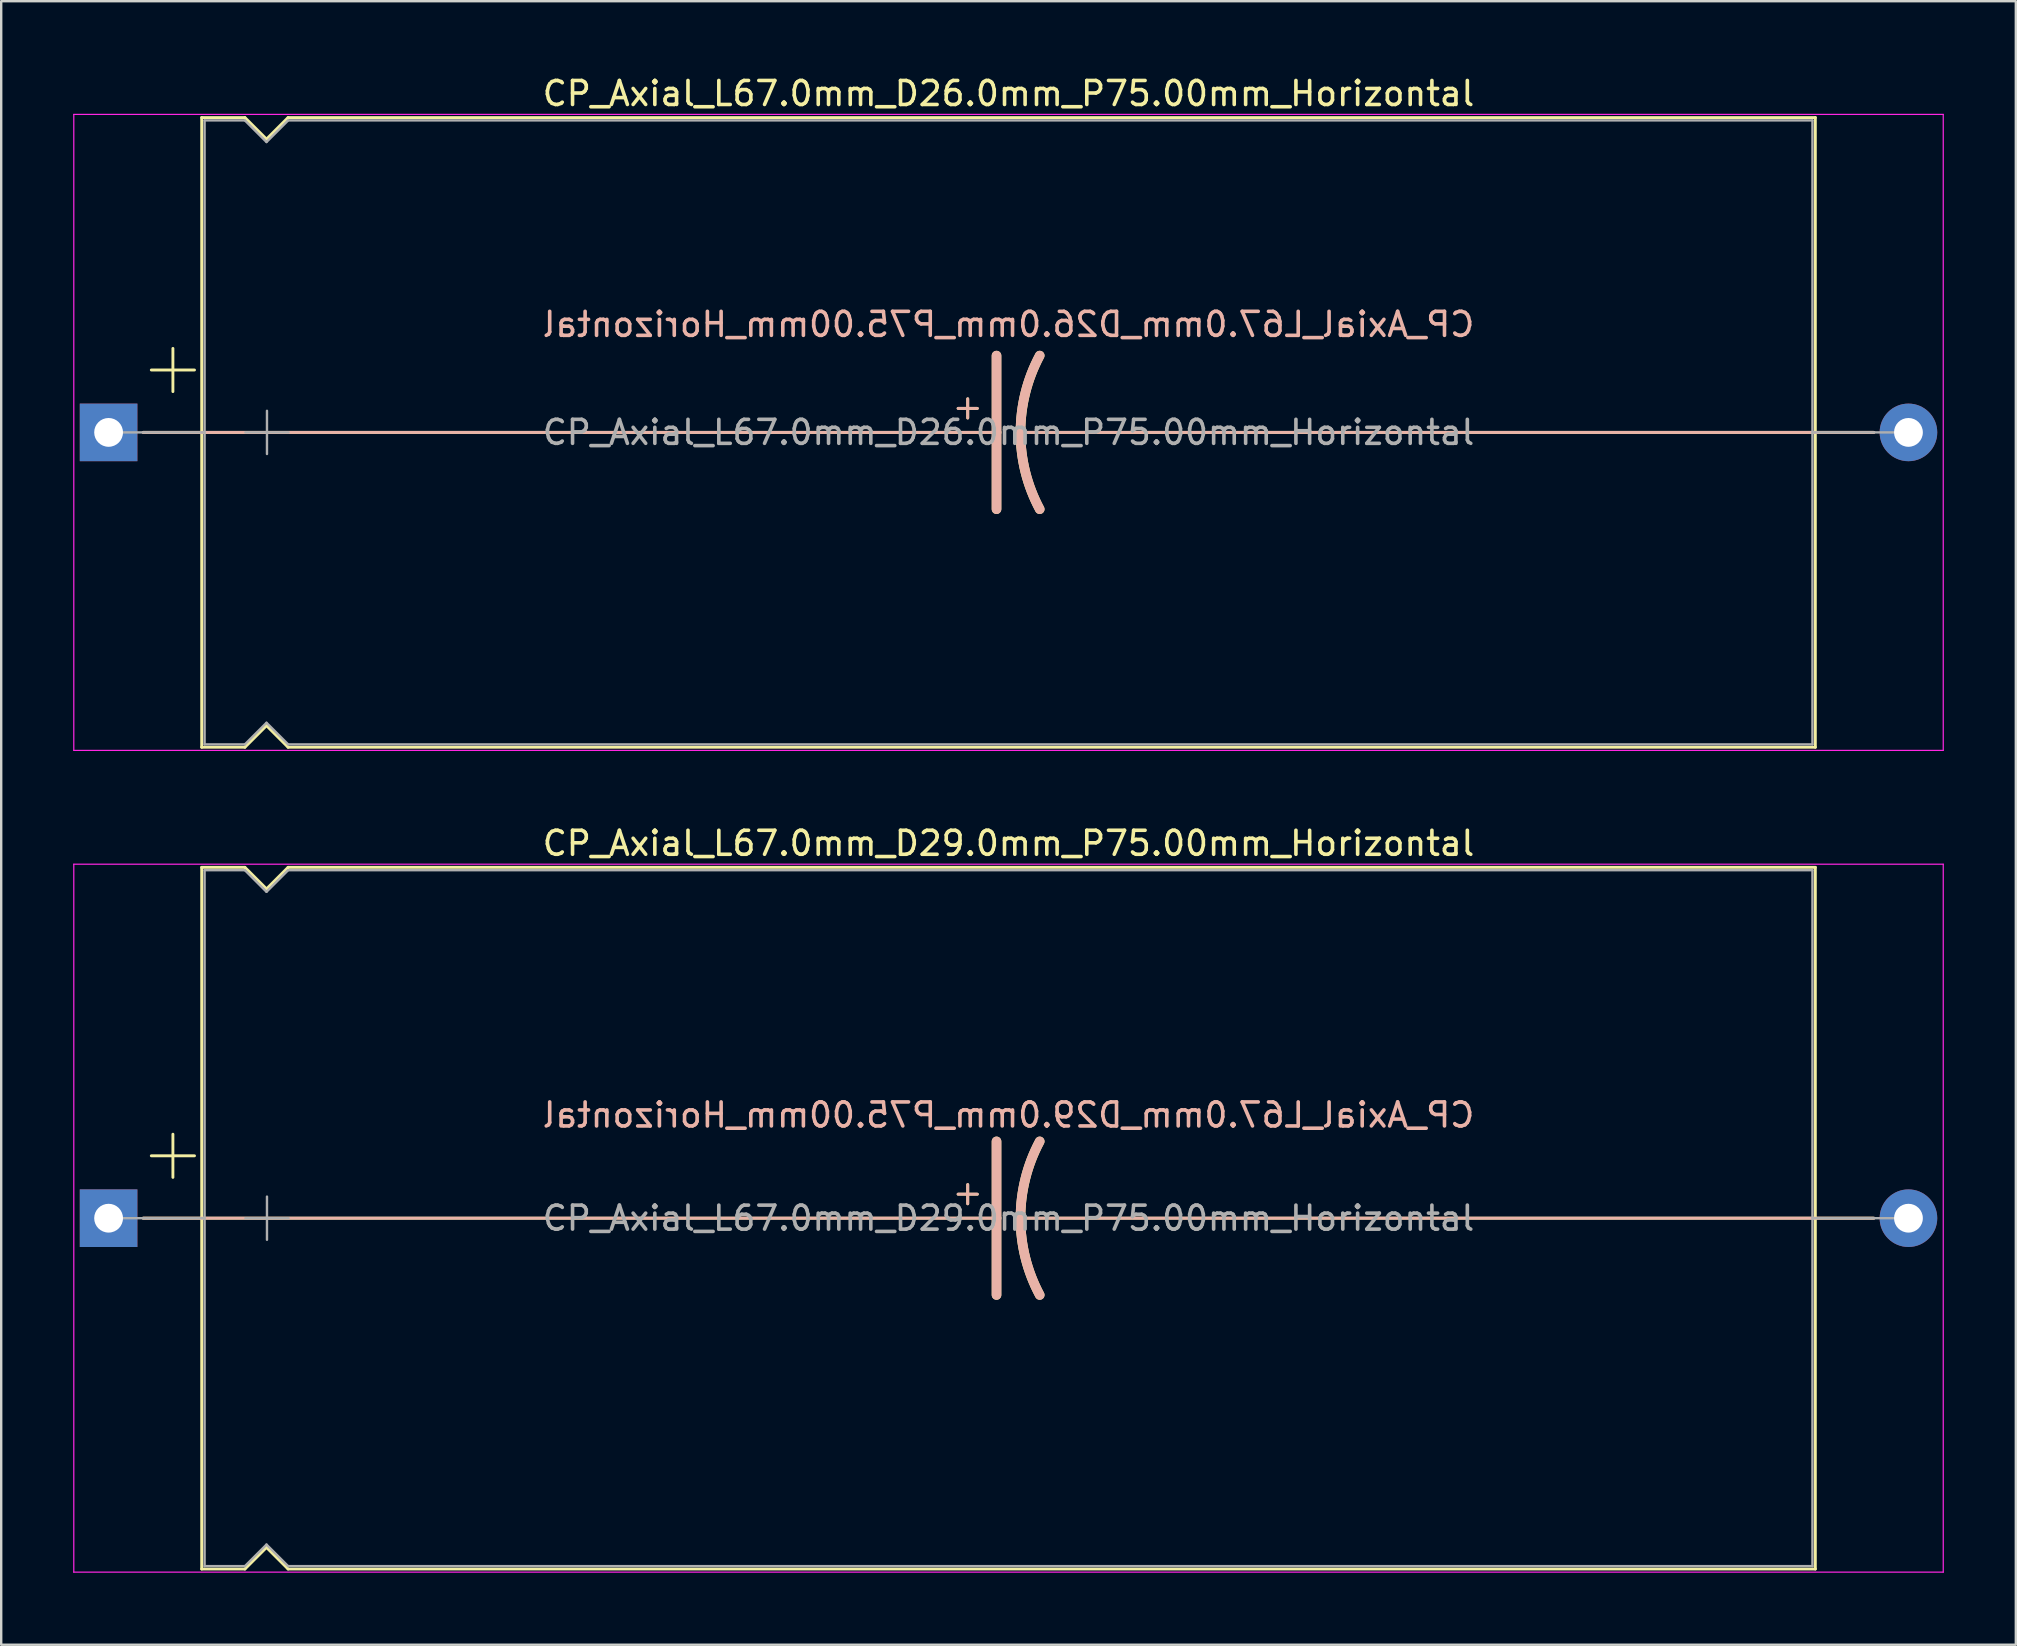
<source format=kicad_pcb>
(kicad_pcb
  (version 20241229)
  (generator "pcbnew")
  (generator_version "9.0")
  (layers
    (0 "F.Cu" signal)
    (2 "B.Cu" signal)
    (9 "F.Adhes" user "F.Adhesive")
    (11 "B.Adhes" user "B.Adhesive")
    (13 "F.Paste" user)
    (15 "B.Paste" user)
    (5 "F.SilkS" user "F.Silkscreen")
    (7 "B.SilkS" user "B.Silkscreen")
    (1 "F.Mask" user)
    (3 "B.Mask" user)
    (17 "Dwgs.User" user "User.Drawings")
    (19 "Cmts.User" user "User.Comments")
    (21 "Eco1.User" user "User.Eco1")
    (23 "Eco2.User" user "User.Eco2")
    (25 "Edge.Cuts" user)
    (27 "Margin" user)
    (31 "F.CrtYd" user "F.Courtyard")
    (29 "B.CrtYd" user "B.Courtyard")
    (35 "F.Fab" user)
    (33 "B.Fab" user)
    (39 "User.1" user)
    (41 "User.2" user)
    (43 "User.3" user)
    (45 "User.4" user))
  (footprint "CP_Axial_L67.0mm_D26.0mm_P75.00mm_Horizontal"
    (layer "F.Cu")
    (at 1.475 14.968)
    (property "Reference" "CP_Axial_L67.0mm_D26.0mm_P75.00mm_Horizontal" (at 37.5 -14.12 0) (layer "F.SilkS") (effects (font (size 1 1) (thickness 0.15))))
    (fp_line (start 1.44 0) (end 3.88 0) (stroke (width 0.12) (type solid)) (layer "F.SilkS"))
    (fp_line (start 1.78 -2.6) (end 3.58 -2.6) (stroke (width 0.12) (type solid)) (layer "F.SilkS"))
    (fp_line (start 2.68 -3.5) (end 2.68 -1.7) (stroke (width 0.12) (type solid)) (layer "F.SilkS"))
    (fp_line (start 3.88 -13.12) (end 3.88 13.12) (stroke (width 0.12) (type solid)) (layer "F.SilkS"))
    (fp_line (start 3.88 -13.12) (end 5.68 -13.12) (stroke (width 0.12) (type solid)) (layer "F.SilkS"))
    (fp_line (start 3.88 0) (end 37 0) (stroke (width 0.12) (type solid)) (layer "F.SilkS"))
    (fp_line (start 3.88 13.12) (end 5.68 13.12) (stroke (width 0.12) (type solid)) (layer "F.SilkS"))
    (fp_line (start 5.68 -13.12) (end 6.58 -12.22) (stroke (width 0.12) (type solid)) (layer "F.SilkS"))
    (fp_line (start 5.68 13.12) (end 6.58 12.22) (stroke (width 0.12) (type solid)) (layer "F.SilkS"))
    (fp_line (start 6.58 -12.22) (end 7.48 -13.12) (stroke (width 0.12) (type solid)) (layer "F.SilkS"))
    (fp_line (start 6.58 12.22) (end 7.48 13.12) (stroke (width 0.12) (type solid)) (layer "F.SilkS"))
    (fp_line (start 7.48 -13.12) (end 71.12 -13.12) (stroke (width 0.12) (type solid)) (layer "F.SilkS"))
    (fp_line (start 7.48 13.12) (end 71.12 13.12) (stroke (width 0.12) (type solid)) (layer "F.SilkS"))
    (fp_line (start 35.4 -1) (end 36.2 -1) (stroke (width 0.12) (type solid)) (layer "F.SilkS"))
    (fp_line (start 35.8 -1.4) (end 35.8 -0.6) (stroke (width 0.12) (type solid)) (layer "F.SilkS"))
    (fp_line (start 37 0) (end 37 -3.2) (stroke (width 0.4) (type solid)) (layer "F.SilkS"))
    (fp_line (start 37 0) (end 37 3.2) (stroke (width 0.4) (type solid)) (layer "F.SilkS"))
    (fp_line (start 71.12 -13.12) (end 71.12 13.12) (stroke (width 0.12) (type solid)) (layer "F.SilkS"))
    (fp_line (start 71.12 0) (end 38 0) (stroke (width 0.12) (type solid)) (layer "F.SilkS"))
    (fp_line (start 73.56 0) (end 71.12 0) (stroke (width 0.12) (type solid)) (layer "F.SilkS"))
    (fp_arc (start 38 0) (mid 38.203545 -1.649114) (end 38.8 -3.2) (stroke (width 0.4) (type solid)) (layer "F.SilkS"))
    (fp_arc (start 38.8 3.2) (mid 38.200704 1.649824) (end 38 0) (stroke (width 0.4) (type solid)) (layer "F.SilkS"))
    (fp_line (start 1.44 0) (end 3.88 0) (stroke (width 0.12) (type solid)) (layer "B.SilkS"))
    (fp_line (start 3.88 0) (end 37 0) (stroke (width 0.12) (type solid)) (layer "B.SilkS"))
    (fp_line (start 35.4 -1) (end 36.2 -1) (stroke (width 0.12) (type solid)) (layer "B.SilkS"))
    (fp_line (start 35.8 -0.6) (end 35.8 -1.4) (stroke (width 0.12) (type solid)) (layer "B.SilkS"))
    (fp_line (start 37 0) (end 37 -3.2) (stroke (width 0.4) (type solid)) (layer "B.SilkS"))
    (fp_line (start 37 0) (end 37 3.2) (stroke (width 0.4) (type solid)) (layer "B.SilkS"))
    (fp_line (start 71.12 0) (end 38 0) (stroke (width 0.12) (type solid)) (layer "B.SilkS"))
    (fp_line (start 73.56 0) (end 71.12 0) (stroke (width 0.12) (type solid)) (layer "B.SilkS"))
    (fp_arc (start 38 0) (mid 38.200703 -1.649824) (end 38.8 -3.2) (stroke (width 0.4) (type solid)) (layer "B.SilkS"))
    (fp_arc (start 38.8 3.2) (mid 38.203544 1.649114) (end 38 0) (stroke (width 0.4) (type solid)) (layer "B.SilkS"))
    (fp_line (start -1.45 -13.25) (end -1.45 13.25) (stroke (width 0.05) (type solid)) (layer "F.CrtYd"))
    (fp_line (start -1.45 13.25) (end 76.45 13.25) (stroke (width 0.05) (type solid)) (layer "F.CrtYd"))
    (fp_line (start 76.45 -13.25) (end -1.45 -13.25) (stroke (width 0.05) (type solid)) (layer "F.CrtYd"))
    (fp_line (start 76.45 13.25) (end 76.45 -13.25) (stroke (width 0.05) (type solid)) (layer "F.CrtYd"))
    (fp_line (start 0 0) (end 4 0) (stroke (width 0.1) (type solid)) (layer "F.Fab"))
    (fp_line (start 4 -13) (end 4 13) (stroke (width 0.1) (type solid)) (layer "F.Fab"))
    (fp_line (start 4 -13) (end 5.68 -13) (stroke (width 0.1) (type solid)) (layer "F.Fab"))
    (fp_line (start 4 13) (end 5.68 13) (stroke (width 0.1) (type solid)) (layer "F.Fab"))
    (fp_line (start 5.68 -13) (end 6.58 -12.1) (stroke (width 0.1) (type solid)) (layer "F.Fab"))
    (fp_line (start 5.68 13) (end 6.58 12.1) (stroke (width 0.1) (type solid)) (layer "F.Fab"))
    (fp_line (start 5.7 0) (end 7.5 0) (stroke (width 0.1) (type solid)) (layer "F.Fab"))
    (fp_line (start 6.58 -12.1) (end 7.48 -13) (stroke (width 0.1) (type solid)) (layer "F.Fab"))
    (fp_line (start 6.58 12.1) (end 7.48 13) (stroke (width 0.1) (type solid)) (layer "F.Fab"))
    (fp_line (start 6.6 -0.9) (end 6.6 0.9) (stroke (width 0.1) (type solid)) (layer "F.Fab"))
    (fp_line (start 7.48 -13) (end 71 -13) (stroke (width 0.1) (type solid)) (layer "F.Fab"))
    (fp_line (start 7.48 13) (end 71 13) (stroke (width 0.1) (type solid)) (layer "F.Fab"))
    (fp_line (start 71 -13) (end 71 13) (stroke (width 0.1) (type solid)) (layer "F.Fab"))
    (fp_line (start 75 0) (end 71 0) (stroke (width 0.1) (type solid)) (layer "F.Fab"))
    (fp_text user "${REFERENCE}" (at 37.5 -4.5 0) (layer "B.SilkS") (effects (font (size 1 1) (thickness 0.15)) (justify mirror)))
    (fp_text user "${REFERENCE}" (at 37.5 0 0) (layer "F.Fab") (effects (font (size 1 1) (thickness 0.15))))
    (pad "1" thru_hole rect (at 0 0) (size 2.4 2.4) (drill 1.2) (layers "*.Cu" "*.Mask"))
    (pad "2" thru_hole oval (at 75 0) (size 2.4 2.4) (drill 1.2) (layers "*.Cu" "*.Mask")))
  (footprint "CP_Axial_L67.0mm_D29.0mm_P75.00mm_Horizontal"
    (layer "F.Cu")
    (at 1.475 47.712)
    (property "Reference" "CP_Axial_L67.0mm_D29.0mm_P75.00mm_Horizontal" (at 37.5 -15.62 0) (layer "F.SilkS") (effects (font (size 1 1) (thickness 0.15))))
    (fp_line (start 1.44 0) (end 3.88 0) (stroke (width 0.12) (type solid)) (layer "F.SilkS"))
    (fp_line (start 1.78 -2.6) (end 3.58 -2.6) (stroke (width 0.12) (type solid)) (layer "F.SilkS"))
    (fp_line (start 2.68 -3.5) (end 2.68 -1.7) (stroke (width 0.12) (type solid)) (layer "F.SilkS"))
    (fp_line (start 3.88 -14.62) (end 3.88 14.62) (stroke (width 0.12) (type solid)) (layer "F.SilkS"))
    (fp_line (start 3.88 -14.62) (end 5.68 -14.62) (stroke (width 0.12) (type solid)) (layer "F.SilkS"))
    (fp_line (start 3.88 0) (end 37 0) (stroke (width 0.12) (type solid)) (layer "F.SilkS"))
    (fp_line (start 3.88 14.62) (end 5.68 14.62) (stroke (width 0.12) (type solid)) (layer "F.SilkS"))
    (fp_line (start 5.68 -14.62) (end 6.58 -13.72) (stroke (width 0.12) (type solid)) (layer "F.SilkS"))
    (fp_line (start 5.68 14.62) (end 6.58 13.72) (stroke (width 0.12) (type solid)) (layer "F.SilkS"))
    (fp_line (start 6.58 -13.72) (end 7.48 -14.62) (stroke (width 0.12) (type solid)) (layer "F.SilkS"))
    (fp_line (start 6.58 13.72) (end 7.48 14.62) (stroke (width 0.12) (type solid)) (layer "F.SilkS"))
    (fp_line (start 7.48 -14.62) (end 71.12 -14.62) (stroke (width 0.12) (type solid)) (layer "F.SilkS"))
    (fp_line (start 7.48 14.62) (end 71.12 14.62) (stroke (width 0.12) (type solid)) (layer "F.SilkS"))
    (fp_line (start 35.4 -1) (end 36.2 -1) (stroke (width 0.12) (type solid)) (layer "F.SilkS"))
    (fp_line (start 35.8 -1.4) (end 35.8 -0.6) (stroke (width 0.12) (type solid)) (layer "F.SilkS"))
    (fp_line (start 37 0) (end 37 -3.2) (stroke (width 0.4) (type solid)) (layer "F.SilkS"))
    (fp_line (start 37 0) (end 37 3.2) (stroke (width 0.4) (type solid)) (layer "F.SilkS"))
    (fp_line (start 71.12 -14.62) (end 71.12 14.62) (stroke (width 0.12) (type solid)) (layer "F.SilkS"))
    (fp_line (start 71.12 0) (end 38 0) (stroke (width 0.12) (type solid)) (layer "F.SilkS"))
    (fp_line (start 73.56 0) (end 71.12 0) (stroke (width 0.12) (type solid)) (layer "F.SilkS"))
    (fp_arc (start 38 0) (mid 38.203545 -1.649114) (end 38.8 -3.2) (stroke (width 0.4) (type solid)) (layer "F.SilkS"))
    (fp_arc (start 38.8 3.2) (mid 38.200704 1.649824) (end 38 0) (stroke (width 0.4) (type solid)) (layer "F.SilkS"))
    (fp_line (start 1.44 0) (end 3.88 0) (stroke (width 0.12) (type solid)) (layer "B.SilkS"))
    (fp_line (start 3.88 0) (end 37 0) (stroke (width 0.12) (type solid)) (layer "B.SilkS"))
    (fp_line (start 35.4 -1) (end 36.2 -1) (stroke (width 0.12) (type solid)) (layer "B.SilkS"))
    (fp_line (start 35.8 -0.6) (end 35.8 -1.4) (stroke (width 0.12) (type solid)) (layer "B.SilkS"))
    (fp_line (start 37 0) (end 37 -3.2) (stroke (width 0.4) (type solid)) (layer "B.SilkS"))
    (fp_line (start 37 0) (end 37 3.2) (stroke (width 0.4) (type solid)) (layer "B.SilkS"))
    (fp_line (start 71.12 0) (end 38 0) (stroke (width 0.12) (type solid)) (layer "B.SilkS"))
    (fp_line (start 73.56 0) (end 71.12 0) (stroke (width 0.12) (type solid)) (layer "B.SilkS"))
    (fp_arc (start 38 0) (mid 38.200703 -1.649824) (end 38.8 -3.2) (stroke (width 0.4) (type solid)) (layer "B.SilkS"))
    (fp_arc (start 38.8 3.2) (mid 38.203544 1.649114) (end 38 0) (stroke (width 0.4) (type solid)) (layer "B.SilkS"))
    (fp_line (start -1.45 -14.75) (end -1.45 14.75) (stroke (width 0.05) (type solid)) (layer "F.CrtYd"))
    (fp_line (start -1.45 14.75) (end 76.45 14.75) (stroke (width 0.05) (type solid)) (layer "F.CrtYd"))
    (fp_line (start 76.45 -14.75) (end -1.45 -14.75) (stroke (width 0.05) (type solid)) (layer "F.CrtYd"))
    (fp_line (start 76.45 14.75) (end 76.45 -14.75) (stroke (width 0.05) (type solid)) (layer "F.CrtYd"))
    (fp_line (start 0 0) (end 4 0) (stroke (width 0.1) (type solid)) (layer "F.Fab"))
    (fp_line (start 4 -14.5) (end 4 14.5) (stroke (width 0.1) (type solid)) (layer "F.Fab"))
    (fp_line (start 4 -14.5) (end 5.68 -14.5) (stroke (width 0.1) (type solid)) (layer "F.Fab"))
    (fp_line (start 4 14.5) (end 5.68 14.5) (stroke (width 0.1) (type solid)) (layer "F.Fab"))
    (fp_line (start 5.68 -14.5) (end 6.58 -13.6) (stroke (width 0.1) (type solid)) (layer "F.Fab"))
    (fp_line (start 5.68 14.5) (end 6.58 13.6) (stroke (width 0.1) (type solid)) (layer "F.Fab"))
    (fp_line (start 5.7 0) (end 7.5 0) (stroke (width 0.1) (type solid)) (layer "F.Fab"))
    (fp_line (start 6.58 -13.6) (end 7.48 -14.5) (stroke (width 0.1) (type solid)) (layer "F.Fab"))
    (fp_line (start 6.58 13.6) (end 7.48 14.5) (stroke (width 0.1) (type solid)) (layer "F.Fab"))
    (fp_line (start 6.6 -0.9) (end 6.6 0.9) (stroke (width 0.1) (type solid)) (layer "F.Fab"))
    (fp_line (start 7.48 -14.5) (end 71 -14.5) (stroke (width 0.1) (type solid)) (layer "F.Fab"))
    (fp_line (start 7.48 14.5) (end 71 14.5) (stroke (width 0.1) (type solid)) (layer "F.Fab"))
    (fp_line (start 71 -14.5) (end 71 14.5) (stroke (width 0.1) (type solid)) (layer "F.Fab"))
    (fp_line (start 75 0) (end 71 0) (stroke (width 0.1) (type solid)) (layer "F.Fab"))
    (fp_text user "${REFERENCE}" (at 37.5 -4.3 0) (layer "B.SilkS") (effects (font (size 1 1) (thickness 0.15)) (justify mirror)))
    (fp_text user "${REFERENCE}" (at 37.5 0 0) (layer "F.Fab") (effects (font (size 1 1) (thickness 0.15))))
    (pad "1" thru_hole rect (at 0 0) (size 2.4 2.4) (drill 1.2) (layers "*.Cu" "*.Mask"))
    (pad "2" thru_hole oval (at 75 0) (size 2.4 2.4) (drill 1.2) (layers "*.Cu" "*.Mask")))
  (gr_rect
    (start -3 -3)
    (end 80.95 65.487)
    (stroke (width 0.1) (type default))
    (fill no)
    (layer "Edge.Cuts")))
</source>
